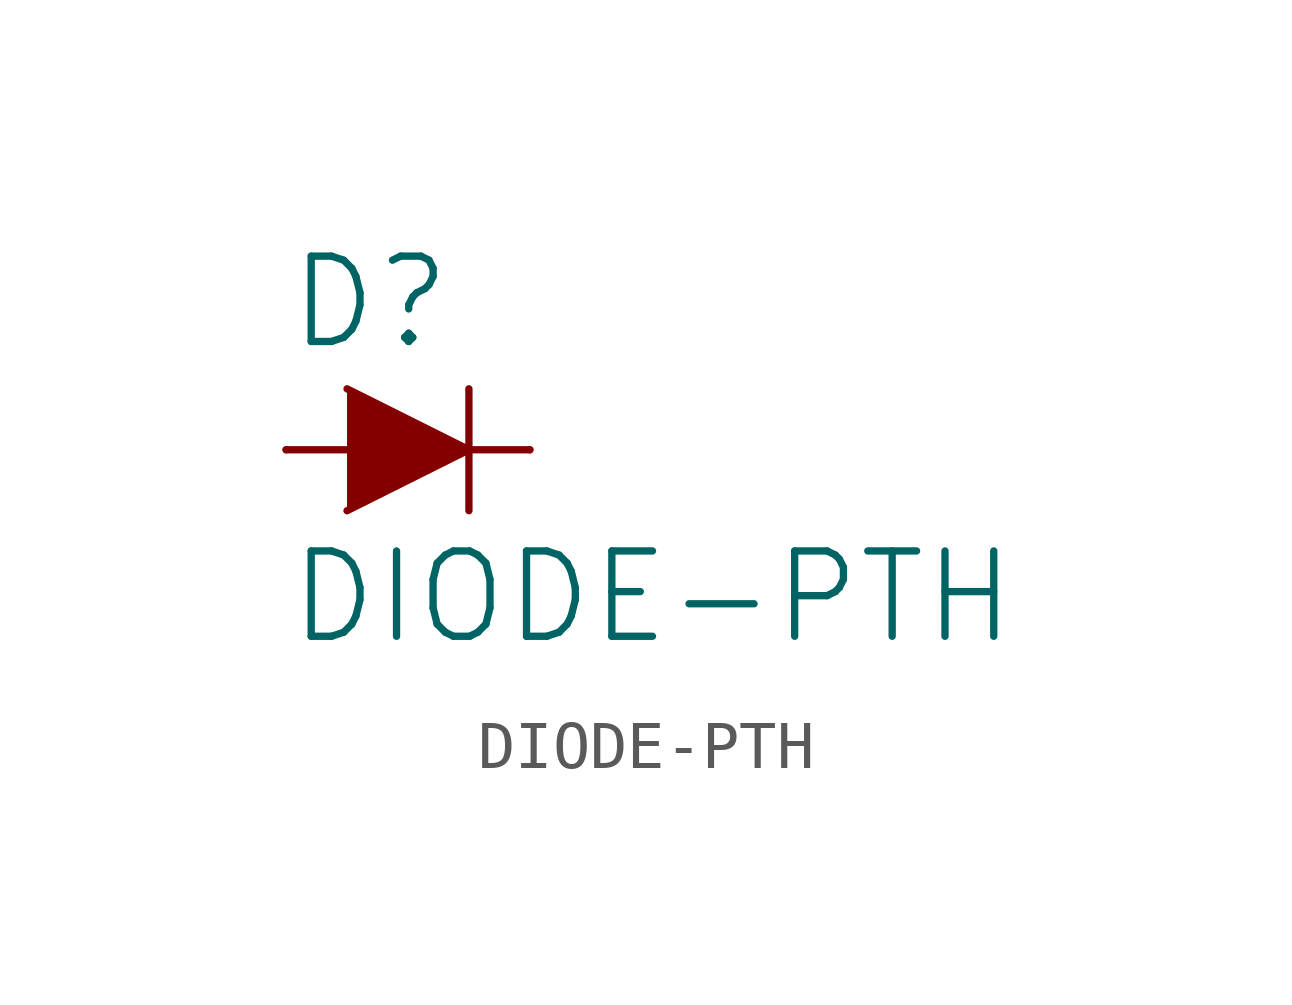
<source format=kicad_sym>
(kicad_symbol_lib
  (version 20211014)
  (generator kicad_symbol_editor)
  (symbol "DIODE-PTH"
    (property "Reference" "D"
      (at -2.54 2.032 0)
      (effects (font (size 1.778 1.778)) (justify left bottom)))
    (property "Value" "DIODE-PTH"
      (at -2.54 -2.032 0)
      (effects (font (size 1.778 1.778)) (justify left top)))
    (property "ki_locked" ""
      (at 0 0 0)
      (effects (font (size 1.27 1.27))))
    (symbol "DIODE-PTH_1_0"
      (polyline (pts (xy -2.54 0) (xy -1.27 0)) (stroke (width 0.152) (type default) (color 0 0 0 0)) (fill (type none)))
      (polyline (pts (xy 1.27 0) (xy 1.27 -1.27)) (stroke (width 0.152) (type default) (color 0 0 0 0)) (fill (type none)))
      (polyline (pts (xy 1.27 1.27) (xy 1.27 0)) (stroke (width 0.152) (type default) (color 0 0 0 0)) (fill (type none)))
      (polyline (pts (xy 2.54 0) (xy 1.27 0)) (stroke (width 0.152) (type default) (color 0 0 0 0)) (fill (type none)))
      (polyline (pts (xy -1.27 1.27) (xy 1.27 0) (xy -1.27 -1.27)) (stroke (width 0) (type default) (color 0 0 0 0)) (fill (type outline)))
      (pin passive line (at -2.54 0 0) (length 0) (name "A" (effects (font (size 0 0)))) (number "A" (effects (font (size 0 0)))))
      (pin passive line (at 2.54 0 180) (length 0) (name "C" (effects (font (size 0 0)))) (number "C" (effects (font (size 0 0))))))))
</source>
